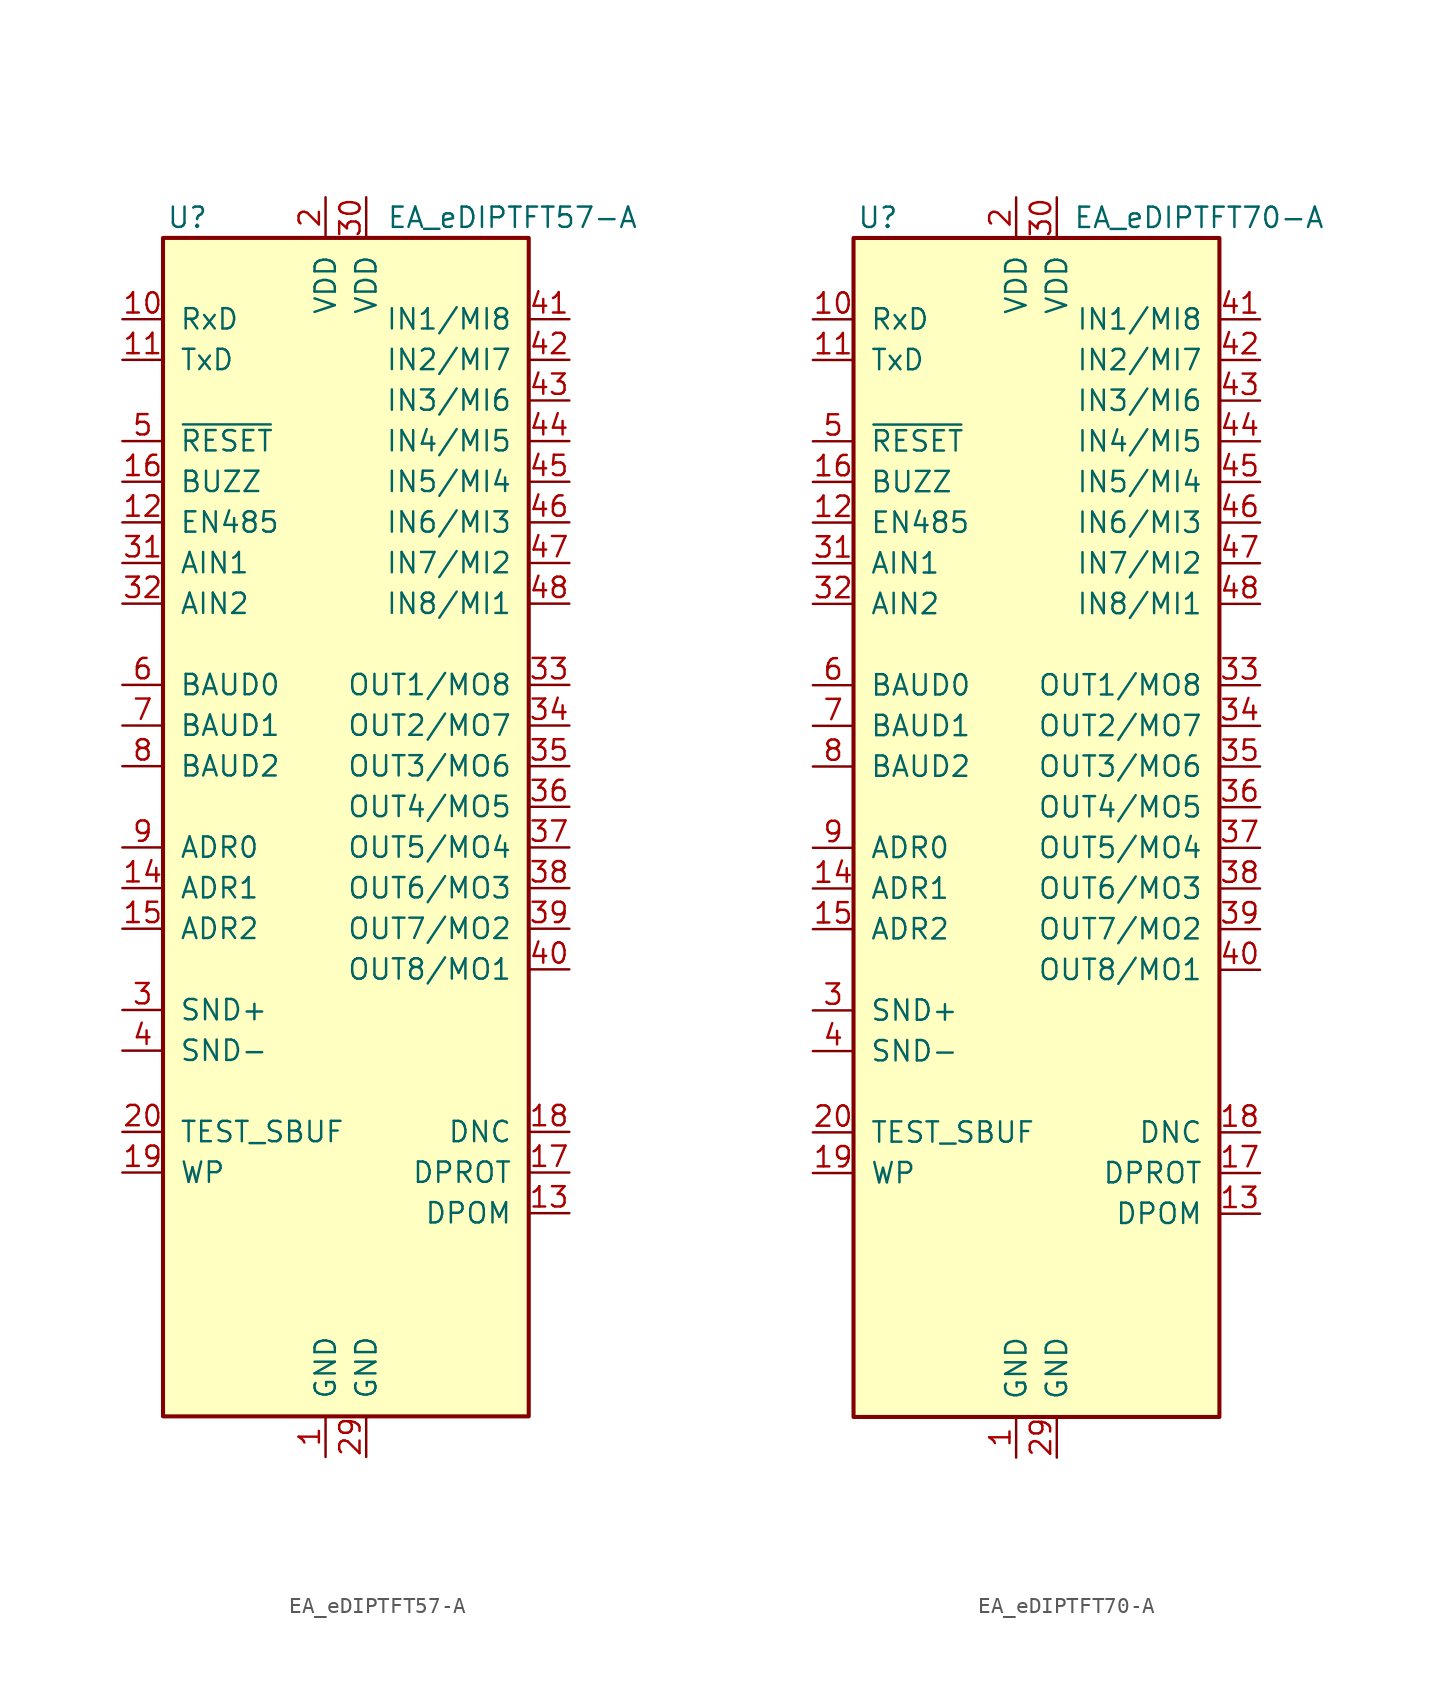
<source format=kicad_sym>
(kicad_symbol_lib
  (version 20201005)
  (generator kicad_symbol_editor)
  (symbol "EA_eDIPTFT57-A"
    (pin_names
      (offset 1.016))
    (property "Reference" "U"
      (at -8.636 36.83 0)
      (effects (font (size 1.27 1.27))))
    (property "Value" "EA_eDIPTFT57-A"
      (at 3.81 36.83 0)
      (effects (font (size 1.27 1.27)) (justify left)))
    (symbol "EA_eDIPTFT57-A_0_1"
      (rectangle (start -10.16 35.56) (end 12.7 -38.1) (stroke (width 0.254)) (fill (type background))))
    (symbol "EA_eDIPTFT57-A_1_1"
      (pin power_in line (at 0 -40.64 90) (length 2.54) (name "GND" (effects (font (size 1.27 1.27)))) (number "1" (effects (font (size 1.27 1.27)))))
      (pin input line (at -12.7 30.48 0) (length 2.54) (name "RxD" (effects (font (size 1.27 1.27)))) (number "10" (effects (font (size 1.27 1.27)))))
      (pin output line (at -12.7 27.94 0) (length 2.54) (name "TxD" (effects (font (size 1.27 1.27)))) (number "11" (effects (font (size 1.27 1.27)))))
      (pin output line (at -12.7 17.78 0) (length 2.54) (name "EN485" (effects (font (size 1.27 1.27)))) (number "12" (effects (font (size 1.27 1.27)))))
      (pin input line (at 15.24 -25.4 180) (length 2.54) (name "DPOM" (effects (font (size 1.27 1.27)))) (number "13" (effects (font (size 1.27 1.27)))))
      (pin input line (at -12.7 -5.08 0) (length 2.54) (name "ADR1" (effects (font (size 1.27 1.27)))) (number "14" (effects (font (size 1.27 1.27)))))
      (pin input line (at -12.7 -7.62 0) (length 2.54) (name "ADR2" (effects (font (size 1.27 1.27)))) (number "15" (effects (font (size 1.27 1.27)))))
      (pin output line (at -12.7 20.32 0) (length 2.54) (name "BUZZ" (effects (font (size 1.27 1.27)))) (number "16" (effects (font (size 1.27 1.27)))))
      (pin input line (at 15.24 -22.86 180) (length 2.54) (name "DPROT" (effects (font (size 1.27 1.27)))) (number "17" (effects (font (size 1.27 1.27)))))
      (pin output line (at 15.24 -20.32 180) (length 2.54) (name "DNC" (effects (font (size 1.27 1.27)))) (number "18" (effects (font (size 1.27 1.27)))))
      (pin input line (at -12.7 -22.86 0) (length 2.54) (name "WP" (effects (font (size 1.27 1.27)))) (number "19" (effects (font (size 1.27 1.27)))))
      (pin power_in line (at 0 38.1 270) (length 2.54) (name "VDD" (effects (font (size 1.27 1.27)))) (number "2" (effects (font (size 1.27 1.27)))))
      (pin bidirectional line (at -12.7 -20.32 0) (length 2.54) (name "TEST_SBUF" (effects (font (size 1.27 1.27)))) (number "20" (effects (font (size 1.27 1.27)))))
      (pin no_connect line (at -10.16 -27.94 0) (length 2.54) hide (name "NC" (effects (font (size 1.27 1.27)))) (number "21" (effects (font (size 1.27 1.27)))))
      (pin no_connect line (at -10.16 -30.48 0) (length 2.54) hide (name "NC" (effects (font (size 1.27 1.27)))) (number "22" (effects (font (size 1.27 1.27)))))
      (pin no_connect line (at -10.16 -33.02 0) (length 2.54) hide (name "NC" (effects (font (size 1.27 1.27)))) (number "23" (effects (font (size 1.27 1.27)))))
      (pin no_connect line (at -10.16 -35.56 0) (length 2.54) hide (name "NC" (effects (font (size 1.27 1.27)))) (number "24" (effects (font (size 1.27 1.27)))))
      (pin no_connect line (at 12.7 -35.56 180) (length 2.54) hide (name "NC" (effects (font (size 1.27 1.27)))) (number "25" (effects (font (size 1.27 1.27)))))
      (pin no_connect line (at 12.7 -33.02 180) (length 2.54) hide (name "NC" (effects (font (size 1.27 1.27)))) (number "26" (effects (font (size 1.27 1.27)))))
      (pin no_connect line (at 12.7 -30.48 180) (length 2.54) hide (name "NC" (effects (font (size 1.27 1.27)))) (number "27" (effects (font (size 1.27 1.27)))))
      (pin no_connect line (at 12.7 -27.94 180) (length 2.54) hide (name "NC" (effects (font (size 1.27 1.27)))) (number "28" (effects (font (size 1.27 1.27)))))
      (pin power_in line (at 2.54 -40.64 90) (length 2.54) (name "GND" (effects (font (size 1.27 1.27)))) (number "29" (effects (font (size 1.27 1.27)))))
      (pin output line (at -12.7 -12.7 0) (length 2.54) (name "SND+" (effects (font (size 1.27 1.27)))) (number "3" (effects (font (size 1.27 1.27)))))
      (pin power_in line (at 2.54 38.1 270) (length 2.54) (name "VDD" (effects (font (size 1.27 1.27)))) (number "30" (effects (font (size 1.27 1.27)))))
      (pin input line (at -12.7 15.24 0) (length 2.54) (name "AIN1" (effects (font (size 1.27 1.27)))) (number "31" (effects (font (size 1.27 1.27)))))
      (pin input line (at -12.7 12.7 0) (length 2.54) (name "AIN2" (effects (font (size 1.27 1.27)))) (number "32" (effects (font (size 1.27 1.27)))))
      (pin output line (at 15.24 7.62 180) (length 2.54) (name "OUT1/MO8" (effects (font (size 1.27 1.27)))) (number "33" (effects (font (size 1.27 1.27)))))
      (pin output line (at 15.24 5.08 180) (length 2.54) (name "OUT2/MO7" (effects (font (size 1.27 1.27)))) (number "34" (effects (font (size 1.27 1.27)))))
      (pin output line (at 15.24 2.54 180) (length 2.54) (name "OUT3/MO6" (effects (font (size 1.27 1.27)))) (number "35" (effects (font (size 1.27 1.27)))))
      (pin output line (at 15.24 0 180) (length 2.54) (name "OUT4/MO5" (effects (font (size 1.27 1.27)))) (number "36" (effects (font (size 1.27 1.27)))))
      (pin output line (at 15.24 -2.54 180) (length 2.54) (name "OUT5/MO4" (effects (font (size 1.27 1.27)))) (number "37" (effects (font (size 1.27 1.27)))))
      (pin output line (at 15.24 -5.08 180) (length 2.54) (name "OUT6/MO3" (effects (font (size 1.27 1.27)))) (number "38" (effects (font (size 1.27 1.27)))))
      (pin output line (at 15.24 -7.62 180) (length 2.54) (name "OUT7/MO2" (effects (font (size 1.27 1.27)))) (number "39" (effects (font (size 1.27 1.27)))))
      (pin input line (at -12.7 -15.24 0) (length 2.54) (name "SND-" (effects (font (size 1.27 1.27)))) (number "4" (effects (font (size 1.27 1.27)))))
      (pin output line (at 15.24 -10.16 180) (length 2.54) (name "OUT8/MO1" (effects (font (size 1.27 1.27)))) (number "40" (effects (font (size 1.27 1.27)))))
      (pin input line (at 15.24 30.48 180) (length 2.54) (name "IN1/MI8" (effects (font (size 1.27 1.27)))) (number "41" (effects (font (size 1.27 1.27)))))
      (pin input line (at 15.24 27.94 180) (length 2.54) (name "IN2/MI7" (effects (font (size 1.27 1.27)))) (number "42" (effects (font (size 1.27 1.27)))))
      (pin input line (at 15.24 25.4 180) (length 2.54) (name "IN3/MI6" (effects (font (size 1.27 1.27)))) (number "43" (effects (font (size 1.27 1.27)))))
      (pin input line (at 15.24 22.86 180) (length 2.54) (name "IN4/MI5" (effects (font (size 1.27 1.27)))) (number "44" (effects (font (size 1.27 1.27)))))
      (pin input line (at 15.24 20.32 180) (length 2.54) (name "IN5/MI4" (effects (font (size 1.27 1.27)))) (number "45" (effects (font (size 1.27 1.27)))))
      (pin input line (at 15.24 17.78 180) (length 2.54) (name "IN6/MI3" (effects (font (size 1.27 1.27)))) (number "46" (effects (font (size 1.27 1.27)))))
      (pin input line (at 15.24 15.24 180) (length 2.54) (name "IN7/MI2" (effects (font (size 1.27 1.27)))) (number "47" (effects (font (size 1.27 1.27)))))
      (pin input line (at 15.24 12.7 180) (length 2.54) (name "IN8/MI1" (effects (font (size 1.27 1.27)))) (number "48" (effects (font (size 1.27 1.27)))))
      (pin input line (at -12.7 22.86 0) (length 2.54) (name "~RESET" (effects (font (size 1.27 1.27)))) (number "5" (effects (font (size 1.27 1.27)))))
      (pin input line (at -12.7 7.62 0) (length 2.54) (name "BAUD0" (effects (font (size 1.27 1.27)))) (number "6" (effects (font (size 1.27 1.27)))))
      (pin input line (at -12.7 5.08 0) (length 2.54) (name "BAUD1" (effects (font (size 1.27 1.27)))) (number "7" (effects (font (size 1.27 1.27)))))
      (pin input line (at -12.7 2.54 0) (length 2.54) (name "BAUD2" (effects (font (size 1.27 1.27)))) (number "8" (effects (font (size 1.27 1.27)))))
      (pin input line (at -12.7 -2.54 0) (length 2.54) (name "ADR0" (effects (font (size 1.27 1.27)))) (number "9" (effects (font (size 1.27 1.27)))))))
  (symbol "EA_eDIPTFT70-A"
    (pin_names
      (offset 1.016))
    (property "Reference" "U"
      (at -8.636 36.83 0)
      (effects (font (size 1.27 1.27))))
    (property "Value" "EA_eDIPTFT70-A"
      (at 11.43 36.83 0)
      (effects (font (size 1.27 1.27))))
    (symbol "EA_eDIPTFT70-A_0_1"
      (rectangle (start -10.16 35.56) (end 12.7 -38.1) (stroke (width 0.254)) (fill (type background))))
    (symbol "EA_eDIPTFT70-A_1_1"
      (pin power_in line (at 0 -40.64 90) (length 2.54) (name "GND" (effects (font (size 1.27 1.27)))) (number "1" (effects (font (size 1.27 1.27)))))
      (pin input line (at -12.7 30.48 0) (length 2.54) (name "RxD" (effects (font (size 1.27 1.27)))) (number "10" (effects (font (size 1.27 1.27)))))
      (pin output line (at -12.7 27.94 0) (length 2.54) (name "TxD" (effects (font (size 1.27 1.27)))) (number "11" (effects (font (size 1.27 1.27)))))
      (pin output line (at -12.7 17.78 0) (length 2.54) (name "EN485" (effects (font (size 1.27 1.27)))) (number "12" (effects (font (size 1.27 1.27)))))
      (pin input line (at 15.24 -25.4 180) (length 2.54) (name "DPOM" (effects (font (size 1.27 1.27)))) (number "13" (effects (font (size 1.27 1.27)))))
      (pin input line (at -12.7 -5.08 0) (length 2.54) (name "ADR1" (effects (font (size 1.27 1.27)))) (number "14" (effects (font (size 1.27 1.27)))))
      (pin input line (at -12.7 -7.62 0) (length 2.54) (name "ADR2" (effects (font (size 1.27 1.27)))) (number "15" (effects (font (size 1.27 1.27)))))
      (pin output line (at -12.7 20.32 0) (length 2.54) (name "BUZZ" (effects (font (size 1.27 1.27)))) (number "16" (effects (font (size 1.27 1.27)))))
      (pin input line (at 15.24 -22.86 180) (length 2.54) (name "DPROT" (effects (font (size 1.27 1.27)))) (number "17" (effects (font (size 1.27 1.27)))))
      (pin output line (at 15.24 -20.32 180) (length 2.54) (name "DNC" (effects (font (size 1.27 1.27)))) (number "18" (effects (font (size 1.27 1.27)))))
      (pin input line (at -12.7 -22.86 0) (length 2.54) (name "WP" (effects (font (size 1.27 1.27)))) (number "19" (effects (font (size 1.27 1.27)))))
      (pin power_in line (at 0 38.1 270) (length 2.54) (name "VDD" (effects (font (size 1.27 1.27)))) (number "2" (effects (font (size 1.27 1.27)))))
      (pin bidirectional line (at -12.7 -20.32 0) (length 2.54) (name "TEST_SBUF" (effects (font (size 1.27 1.27)))) (number "20" (effects (font (size 1.27 1.27)))))
      (pin no_connect line (at -10.16 -27.94 0) (length 2.54) hide (name "NC" (effects (font (size 1.27 1.27)))) (number "21" (effects (font (size 1.27 1.27)))))
      (pin no_connect line (at -10.16 -30.48 0) (length 2.54) hide (name "NC" (effects (font (size 1.27 1.27)))) (number "22" (effects (font (size 1.27 1.27)))))
      (pin no_connect line (at -10.16 -33.02 0) (length 2.54) hide (name "NC" (effects (font (size 1.27 1.27)))) (number "23" (effects (font (size 1.27 1.27)))))
      (pin no_connect line (at -10.16 -35.56 0) (length 2.54) hide (name "NC" (effects (font (size 1.27 1.27)))) (number "24" (effects (font (size 1.27 1.27)))))
      (pin no_connect line (at 12.7 -35.56 180) (length 2.54) hide (name "NC" (effects (font (size 1.27 1.27)))) (number "25" (effects (font (size 1.27 1.27)))))
      (pin no_connect line (at 12.7 -33.02 180) (length 2.54) hide (name "NC" (effects (font (size 1.27 1.27)))) (number "26" (effects (font (size 1.27 1.27)))))
      (pin no_connect line (at 12.7 -30.48 180) (length 2.54) hide (name "NC" (effects (font (size 1.27 1.27)))) (number "27" (effects (font (size 1.27 1.27)))))
      (pin no_connect line (at 12.7 -27.94 180) (length 2.54) hide (name "NC" (effects (font (size 1.27 1.27)))) (number "28" (effects (font (size 1.27 1.27)))))
      (pin power_in line (at 2.54 -40.64 90) (length 2.54) (name "GND" (effects (font (size 1.27 1.27)))) (number "29" (effects (font (size 1.27 1.27)))))
      (pin output line (at -12.7 -12.7 0) (length 2.54) (name "SND+" (effects (font (size 1.27 1.27)))) (number "3" (effects (font (size 1.27 1.27)))))
      (pin power_in line (at 2.54 38.1 270) (length 2.54) (name "VDD" (effects (font (size 1.27 1.27)))) (number "30" (effects (font (size 1.27 1.27)))))
      (pin input line (at -12.7 15.24 0) (length 2.54) (name "AIN1" (effects (font (size 1.27 1.27)))) (number "31" (effects (font (size 1.27 1.27)))))
      (pin input line (at -12.7 12.7 0) (length 2.54) (name "AIN2" (effects (font (size 1.27 1.27)))) (number "32" (effects (font (size 1.27 1.27)))))
      (pin output line (at 15.24 7.62 180) (length 2.54) (name "OUT1/MO8" (effects (font (size 1.27 1.27)))) (number "33" (effects (font (size 1.27 1.27)))))
      (pin output line (at 15.24 5.08 180) (length 2.54) (name "OUT2/MO7" (effects (font (size 1.27 1.27)))) (number "34" (effects (font (size 1.27 1.27)))))
      (pin output line (at 15.24 2.54 180) (length 2.54) (name "OUT3/MO6" (effects (font (size 1.27 1.27)))) (number "35" (effects (font (size 1.27 1.27)))))
      (pin output line (at 15.24 0 180) (length 2.54) (name "OUT4/MO5" (effects (font (size 1.27 1.27)))) (number "36" (effects (font (size 1.27 1.27)))))
      (pin output line (at 15.24 -2.54 180) (length 2.54) (name "OUT5/MO4" (effects (font (size 1.27 1.27)))) (number "37" (effects (font (size 1.27 1.27)))))
      (pin output line (at 15.24 -5.08 180) (length 2.54) (name "OUT6/MO3" (effects (font (size 1.27 1.27)))) (number "38" (effects (font (size 1.27 1.27)))))
      (pin output line (at 15.24 -7.62 180) (length 2.54) (name "OUT7/MO2" (effects (font (size 1.27 1.27)))) (number "39" (effects (font (size 1.27 1.27)))))
      (pin input line (at -12.7 -15.24 0) (length 2.54) (name "SND-" (effects (font (size 1.27 1.27)))) (number "4" (effects (font (size 1.27 1.27)))))
      (pin output line (at 15.24 -10.16 180) (length 2.54) (name "OUT8/MO1" (effects (font (size 1.27 1.27)))) (number "40" (effects (font (size 1.27 1.27)))))
      (pin input line (at 15.24 30.48 180) (length 2.54) (name "IN1/MI8" (effects (font (size 1.27 1.27)))) (number "41" (effects (font (size 1.27 1.27)))))
      (pin input line (at 15.24 27.94 180) (length 2.54) (name "IN2/MI7" (effects (font (size 1.27 1.27)))) (number "42" (effects (font (size 1.27 1.27)))))
      (pin input line (at 15.24 25.4 180) (length 2.54) (name "IN3/MI6" (effects (font (size 1.27 1.27)))) (number "43" (effects (font (size 1.27 1.27)))))
      (pin input line (at 15.24 22.86 180) (length 2.54) (name "IN4/MI5" (effects (font (size 1.27 1.27)))) (number "44" (effects (font (size 1.27 1.27)))))
      (pin input line (at 15.24 20.32 180) (length 2.54) (name "IN5/MI4" (effects (font (size 1.27 1.27)))) (number "45" (effects (font (size 1.27 1.27)))))
      (pin input line (at 15.24 17.78 180) (length 2.54) (name "IN6/MI3" (effects (font (size 1.27 1.27)))) (number "46" (effects (font (size 1.27 1.27)))))
      (pin input line (at 15.24 15.24 180) (length 2.54) (name "IN7/MI2" (effects (font (size 1.27 1.27)))) (number "47" (effects (font (size 1.27 1.27)))))
      (pin input line (at 15.24 12.7 180) (length 2.54) (name "IN8/MI1" (effects (font (size 1.27 1.27)))) (number "48" (effects (font (size 1.27 1.27)))))
      (pin input line (at -12.7 22.86 0) (length 2.54) (name "~RESET" (effects (font (size 1.27 1.27)))) (number "5" (effects (font (size 1.27 1.27)))))
      (pin input line (at -12.7 7.62 0) (length 2.54) (name "BAUD0" (effects (font (size 1.27 1.27)))) (number "6" (effects (font (size 1.27 1.27)))))
      (pin input line (at -12.7 5.08 0) (length 2.54) (name "BAUD1" (effects (font (size 1.27 1.27)))) (number "7" (effects (font (size 1.27 1.27)))))
      (pin input line (at -12.7 2.54 0) (length 2.54) (name "BAUD2" (effects (font (size 1.27 1.27)))) (number "8" (effects (font (size 1.27 1.27)))))
      (pin input line (at -12.7 -2.54 0) (length 2.54) (name "ADR0" (effects (font (size 1.27 1.27)))) (number "9" (effects (font (size 1.27 1.27))))))))
</source>
